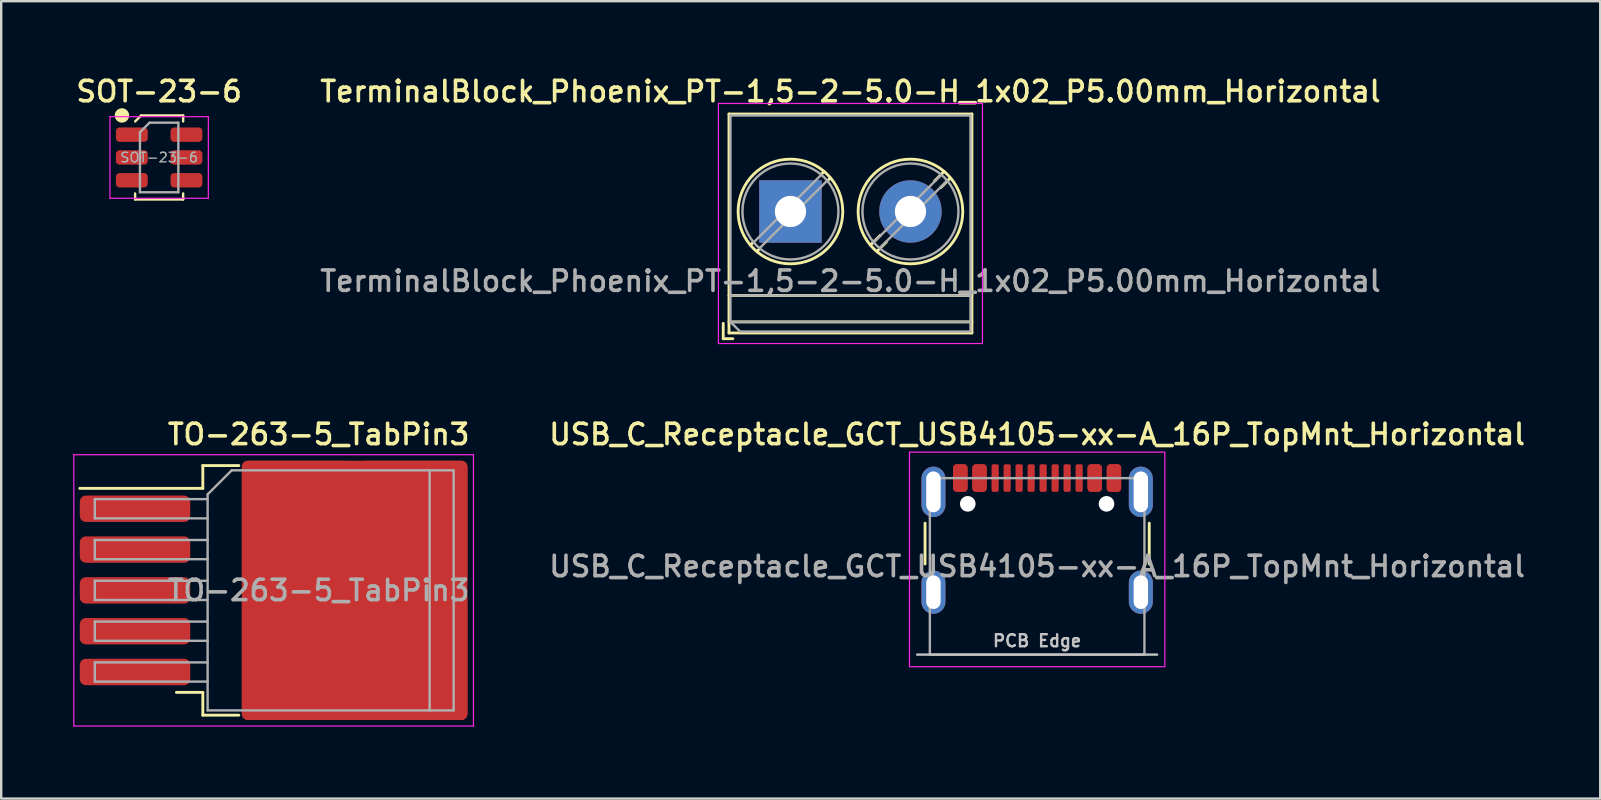
<source format=kicad_pcb>
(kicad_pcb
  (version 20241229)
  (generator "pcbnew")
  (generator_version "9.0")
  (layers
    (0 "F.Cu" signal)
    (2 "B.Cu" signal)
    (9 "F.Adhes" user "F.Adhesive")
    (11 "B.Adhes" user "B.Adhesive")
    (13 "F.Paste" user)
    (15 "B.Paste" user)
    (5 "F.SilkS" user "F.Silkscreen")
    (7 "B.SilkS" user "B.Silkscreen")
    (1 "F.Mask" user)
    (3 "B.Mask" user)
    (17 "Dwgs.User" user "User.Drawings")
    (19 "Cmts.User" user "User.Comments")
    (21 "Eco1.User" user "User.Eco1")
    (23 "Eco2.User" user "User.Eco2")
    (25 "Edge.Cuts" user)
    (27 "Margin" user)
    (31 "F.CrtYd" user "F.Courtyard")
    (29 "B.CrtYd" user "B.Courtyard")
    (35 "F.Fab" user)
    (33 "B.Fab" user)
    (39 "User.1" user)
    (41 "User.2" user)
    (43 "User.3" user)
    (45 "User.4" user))
  (footprint "TO-263-5_TabPin3"
    (layer "F.Cu")
    (at 10.225 21.546)
    (property "Reference" "TO-263-5_TabPin3" (at 0 -6.5 0) (layer "F.SilkS") (effects (font (size 0.85 0.85) (thickness 0.15))))
    (attr smd)
    (fp_line (start -4.825 -5.2) (end -4.825 -4.25) (stroke (width 0.12) (type solid)) (layer "F.SilkS"))
    (fp_line (start -4.825 -4.25) (end -9.95 -4.25) (stroke (width 0.12) (type solid)) (layer "F.SilkS"))
    (fp_line (start -4.825 4.25) (end -5.925 4.25) (stroke (width 0.12) (type solid)) (layer "F.SilkS"))
    (fp_line (start -4.825 5.2) (end -4.825 4.25) (stroke (width 0.12) (type solid)) (layer "F.SilkS"))
    (fp_line (start -3.325 -5.2) (end -4.825 -5.2) (stroke (width 0.12) (type solid)) (layer "F.SilkS"))
    (fp_line (start -3.325 5.2) (end -4.825 5.2) (stroke (width 0.12) (type solid)) (layer "F.SilkS"))
    (fp_line (start -10.2 -5.65) (end -10.2 5.65) (stroke (width 0.05) (type solid)) (layer "F.CrtYd"))
    (fp_line (start -10.2 5.65) (end 6.45 5.65) (stroke (width 0.05) (type solid)) (layer "F.CrtYd"))
    (fp_line (start 6.45 -5.65) (end -10.2 -5.65) (stroke (width 0.05) (type solid)) (layer "F.CrtYd"))
    (fp_line (start 6.45 5.65) (end 6.45 -5.65) (stroke (width 0.05) (type solid)) (layer "F.CrtYd"))
    (fp_line (start -9.325 -3.8) (end -9.325 -3) (stroke (width 0.1) (type solid)) (layer "F.Fab"))
    (fp_line (start -9.325 -3) (end -4.625 -3) (stroke (width 0.1) (type solid)) (layer "F.Fab"))
    (fp_line (start -9.325 -2.1) (end -9.325 -1.3) (stroke (width 0.1) (type solid)) (layer "F.Fab"))
    (fp_line (start -9.325 -1.3) (end -4.625 -1.3) (stroke (width 0.1) (type solid)) (layer "F.Fab"))
    (fp_line (start -9.325 -0.4) (end -9.325 0.4) (stroke (width 0.1) (type solid)) (layer "F.Fab"))
    (fp_line (start -9.325 0.4) (end -4.625 0.4) (stroke (width 0.1) (type solid)) (layer "F.Fab"))
    (fp_line (start -9.325 1.3) (end -9.325 2.1) (stroke (width 0.1) (type solid)) (layer "F.Fab"))
    (fp_line (start -9.325 2.1) (end -4.625 2.1) (stroke (width 0.1) (type solid)) (layer "F.Fab"))
    (fp_line (start -9.325 3) (end -9.325 3.8) (stroke (width 0.1) (type solid)) (layer "F.Fab"))
    (fp_line (start -9.325 3.8) (end -4.625 3.8) (stroke (width 0.1) (type solid)) (layer "F.Fab"))
    (fp_line (start -4.625 -4) (end -3.625 -5) (stroke (width 0.1) (type solid)) (layer "F.Fab"))
    (fp_line (start -4.625 -3.8) (end -9.325 -3.8) (stroke (width 0.1) (type solid)) (layer "F.Fab"))
    (fp_line (start -4.625 -2.1) (end -9.325 -2.1) (stroke (width 0.1) (type solid)) (layer "F.Fab"))
    (fp_line (start -4.625 -0.4) (end -9.325 -0.4) (stroke (width 0.1) (type solid)) (layer "F.Fab"))
    (fp_line (start -4.625 1.3) (end -9.325 1.3) (stroke (width 0.1) (type solid)) (layer "F.Fab"))
    (fp_line (start -4.625 3) (end -9.325 3) (stroke (width 0.1) (type solid)) (layer "F.Fab"))
    (fp_line (start -4.625 5) (end -4.625 -4) (stroke (width 0.1) (type solid)) (layer "F.Fab"))
    (fp_line (start -3.625 -5) (end 4.625 -5) (stroke (width 0.1) (type solid)) (layer "F.Fab"))
    (fp_line (start 4.625 -5) (end 4.625 5) (stroke (width 0.1) (type solid)) (layer "F.Fab"))
    (fp_line (start 4.625 -5) (end 5.625 -5) (stroke (width 0.1) (type solid)) (layer "F.Fab"))
    (fp_line (start 4.625 5) (end -4.625 5) (stroke (width 0.1) (type solid)) (layer "F.Fab"))
    (fp_line (start 5.625 -5) (end 5.625 5) (stroke (width 0.1) (type solid)) (layer "F.Fab"))
    (fp_line (start 5.625 5) (end 4.625 5) (stroke (width 0.1) (type solid)) (layer "F.Fab"))
    (fp_text user "${REFERENCE}" (at 0 0 0) (layer "F.Fab") (effects (font (size 0.85 0.85) (thickness 0.15))))
    (pad "1" smd roundrect (at -7.65 -3.4) (size 4.6 1.1) (layers "F.Cu" "F.Mask" "F.Paste") (roundrect_rratio 0.227))
    (pad "2" smd roundrect (at -7.65 -1.7) (size 4.6 1.1) (layers "F.Cu" "F.Mask" "F.Paste") (roundrect_rratio 0.227))
    (pad "3" smd roundrect (at -7.65 0) (size 4.6 1.1) (layers "F.Cu" "F.Mask" "F.Paste") (roundrect_rratio 0.227))
    (pad "3" smd roundrect (at -0.925 -2.775) (size 4.55 5.25) (layers "F.Cu" "F.Paste") (roundrect_rratio 0.055))
    (pad "3" smd roundrect (at -0.925 2.775) (size 4.55 5.25) (layers "F.Cu" "F.Paste") (roundrect_rratio 0.055))
    (pad "3" smd roundrect (at 1.5 0) (size 9.4 10.8) (layers "F.Cu" "F.Mask") (roundrect_rratio 0.027))
    (pad "3" smd roundrect (at 3.925 -2.775) (size 4.55 5.25) (layers "F.Cu" "F.Paste") (roundrect_rratio 0.055))
    (pad "3" smd roundrect (at 3.925 2.775) (size 4.55 5.25) (layers "F.Cu" "F.Paste") (roundrect_rratio 0.055))
    (pad "4" smd roundrect (at -7.65 1.7) (size 4.6 1.1) (layers "F.Cu" "F.Mask" "F.Paste") (roundrect_rratio 0.227))
    (pad "5" smd roundrect (at -7.65 3.4) (size 4.6 1.1) (layers "F.Cu" "F.Mask" "F.Paste") (roundrect_rratio 0.227)))
  (footprint "TerminalBlock_Phoenix_PT-1,5-2-5.0-H_1x02_P5.00mm_Horizontal"
    (layer "F.Cu")
    (at 32.381 5.761)
    (property "Reference" "TerminalBlock_Phoenix_PT-1,5-2-5.0-H_1x02_P5.00mm_Horizontal" (at 0 -5 0) (layer "F.SilkS") (effects (font (size 0.85 0.85) (thickness 0.15))))
    (attr through_hole)
    (fp_line (start -5.3 4.66) (end -5.3 5.3) (stroke (width 0.12) (type solid)) (layer "F.SilkS"))
    (fp_line (start -5.3 5.3) (end -4.9 5.3) (stroke (width 0.12) (type solid)) (layer "F.SilkS"))
    (fp_line (start -5.06 -4.06) (end -5.06 5.06) (stroke (width 0.12) (type solid)) (layer "F.SilkS"))
    (fp_line (start -5.06 -4.06) (end 5.06 -4.06) (stroke (width 0.12) (type solid)) (layer "F.SilkS"))
    (fp_line (start -5.06 3.5) (end 5.06 3.5) (stroke (width 0.12) (type solid)) (layer "F.SilkS"))
    (fp_line (start -5.06 4.6) (end 5.06 4.6) (stroke (width 0.12) (type solid)) (layer "F.SilkS"))
    (fp_line (start -5.06 5.06) (end 5.06 5.06) (stroke (width 0.12) (type solid)) (layer "F.SilkS"))
    (fp_line (start -4.048 1.281) (end -4.154 1.388) (stroke (width 0.12) (type solid)) (layer "F.SilkS"))
    (fp_line (start -3.782 1.547) (end -3.888 1.654) (stroke (width 0.12) (type solid)) (layer "F.SilkS"))
    (fp_line (start -1.112 -1.654) (end -1.219 -1.547) (stroke (width 0.12) (type solid)) (layer "F.SilkS"))
    (fp_line (start -0.846 -1.388) (end -0.953 -1.281) (stroke (width 0.12) (type solid)) (layer "F.SilkS"))
    (fp_line (start 1.242 0.992) (end 0.847 1.388) (stroke (width 0.12) (type solid)) (layer "F.SilkS"))
    (fp_line (start 1.493 1.274) (end 1.113 1.654) (stroke (width 0.12) (type solid)) (layer "F.SilkS"))
    (fp_line (start 3.888 -1.654) (end 3.508 -1.274) (stroke (width 0.12) (type solid)) (layer "F.SilkS"))
    (fp_line (start 4.154 -1.388) (end 3.759 -0.992) (stroke (width 0.12) (type solid)) (layer "F.SilkS"))
    (fp_line (start 5.06 -4.06) (end 5.06 5.06) (stroke (width 0.12) (type solid)) (layer "F.SilkS"))
    (fp_circle (center -2.5 0) (end -0.32 0) (stroke (width 0.12) (type solid)) (fill no) (layer "F.SilkS"))
    (fp_circle (center 2.5 0) (end 4.68 0) (stroke (width 0.12) (type solid)) (fill no) (layer "F.SilkS"))
    (fp_line (start -5.5 -4.5) (end -5.5 5.5) (stroke (width 0.05) (type solid)) (layer "F.CrtYd"))
    (fp_line (start -5.5 5.5) (end 5.5 5.5) (stroke (width 0.05) (type solid)) (layer "F.CrtYd"))
    (fp_line (start 5.5 -4.5) (end -5.5 -4.5) (stroke (width 0.05) (type solid)) (layer "F.CrtYd"))
    (fp_line (start 5.5 5.5) (end 5.5 -4.5) (stroke (width 0.05) (type solid)) (layer "F.CrtYd"))
    (fp_line (start -5 -4) (end 5 -4) (stroke (width 0.1) (type solid)) (layer "F.Fab"))
    (fp_line (start -5 3.5) (end 5 3.5) (stroke (width 0.1) (type solid)) (layer "F.Fab"))
    (fp_line (start -5 4.6) (end -5 -4) (stroke (width 0.1) (type solid)) (layer "F.Fab"))
    (fp_line (start -5 4.6) (end 5 4.6) (stroke (width 0.1) (type solid)) (layer "F.Fab"))
    (fp_line (start -4.6 5) (end -5 4.6) (stroke (width 0.1) (type solid)) (layer "F.Fab"))
    (fp_line (start -1.227 -1.517) (end -4.017 1.273) (stroke (width 0.1) (type solid)) (layer "F.Fab"))
    (fp_line (start -0.983 -1.273) (end -3.773 1.517) (stroke (width 0.1) (type solid)) (layer "F.Fab"))
    (fp_line (start 3.773 -1.517) (end 0.984 1.273) (stroke (width 0.1) (type solid)) (layer "F.Fab"))
    (fp_line (start 4.017 -1.273) (end 1.228 1.517) (stroke (width 0.1) (type solid)) (layer "F.Fab"))
    (fp_line (start 5 -4) (end 5 5) (stroke (width 0.1) (type solid)) (layer "F.Fab"))
    (fp_line (start 5 5) (end -4.6 5) (stroke (width 0.1) (type solid)) (layer "F.Fab"))
    (fp_circle (center -2.5 0) (end -0.5 0) (stroke (width 0.1) (type solid)) (fill no) (layer "F.Fab"))
    (fp_circle (center 2.5 0) (end 4.5 0) (stroke (width 0.1) (type solid)) (fill no) (layer "F.Fab"))
    (fp_text user "${REFERENCE}" (at 0 2.9 0) (layer "F.Fab") (effects (font (size 0.85 0.85) (thickness 0.15))))
    (pad "1" thru_hole rect (at -2.5 0) (size 2.6 2.6) (drill 1.3) (layers "*.Cu" "*.Mask"))
    (pad "2" thru_hole circle (at 2.5 0) (size 2.6 2.6) (drill 1.3) (layers "*.Cu" "*.Mask")))
  (footprint "SOT-23-6"
    (layer "F.Cu")
    (at 3.58 3.51)
    (property "Reference" "SOT-23-6" (at 0 -2.75 0) (layer "F.SilkS") (effects (font (size 0.85 0.85) (thickness 0.15))))
    (attr smd)
    (fp_line (start -1 -1.5) (end -0.75 -1.75) (stroke (width 0.1) (type default)) (layer "F.SilkS"))
    (fp_line (start -1 1.75) (end -1 1.5) (stroke (width 0.1) (type default)) (layer "F.SilkS"))
    (fp_line (start -0.75 -1.75) (end 1 -1.75) (stroke (width 0.1) (type default)) (layer "F.SilkS"))
    (fp_line (start 1 -1.75) (end 1 -1.5) (stroke (width 0.1) (type default)) (layer "F.SilkS"))
    (fp_line (start 1 1.5) (end 1 1.75) (stroke (width 0.1) (type default)) (layer "F.SilkS"))
    (fp_line (start 1 1.75) (end -1 1.75) (stroke (width 0.1) (type default)) (layer "F.SilkS"))
    (fp_circle (center -1.55 -1.75) (end -1.25 -1.75) (stroke (width 0) (type solid)) (fill yes) (layer "F.SilkS"))
    (fp_line (start -2.05 -1.7) (end -2.05 1.7) (stroke (width 0.05) (type solid)) (layer "F.CrtYd"))
    (fp_line (start -2.05 1.7) (end 2.05 1.7) (stroke (width 0.05) (type solid)) (layer "F.CrtYd"))
    (fp_line (start 2.05 -1.7) (end -2.05 -1.7) (stroke (width 0.05) (type solid)) (layer "F.CrtYd"))
    (fp_line (start 2.05 1.7) (end 2.05 -1.7) (stroke (width 0.05) (type solid)) (layer "F.CrtYd"))
    (fp_line (start -0.8 -1.05) (end -0.4 -1.45) (stroke (width 0.1) (type solid)) (layer "F.Fab"))
    (fp_line (start -0.8 1.45) (end -0.8 -1.05) (stroke (width 0.1) (type solid)) (layer "F.Fab"))
    (fp_line (start -0.4 -1.45) (end 0.8 -1.45) (stroke (width 0.1) (type solid)) (layer "F.Fab"))
    (fp_line (start 0.8 -1.45) (end 0.8 1.45) (stroke (width 0.1) (type solid)) (layer "F.Fab"))
    (fp_line (start 0.8 1.45) (end -0.8 1.45) (stroke (width 0.1) (type solid)) (layer "F.Fab"))
    (fp_text user "${REFERENCE}" (at 0 0 0) (layer "F.Fab") (effects (font (size 0.4 0.4) (thickness 0.06))))
    (pad "1" smd roundrect (at -1.137 -0.95) (size 1.325 0.6) (layers "F.Cu" "F.Mask" "F.Paste") (roundrect_rratio 0.25))
    (pad "2" smd roundrect (at -1.137 0) (size 1.325 0.6) (layers "F.Cu" "F.Mask" "F.Paste") (roundrect_rratio 0.25))
    (pad "3" smd roundrect (at -1.137 0.95) (size 1.325 0.6) (layers "F.Cu" "F.Mask" "F.Paste") (roundrect_rratio 0.25))
    (pad "4" smd roundrect (at 1.137 0.95) (size 1.325 0.6) (layers "F.Cu" "F.Mask" "F.Paste") (roundrect_rratio 0.25))
    (pad "5" smd roundrect (at 1.137 0) (size 1.325 0.6) (layers "F.Cu" "F.Mask" "F.Paste") (roundrect_rratio 0.25))
    (pad "6" smd roundrect (at 1.137 -0.95) (size 1.325 0.6) (layers "F.Cu" "F.Mask" "F.Paste") (roundrect_rratio 0.25)))
  (footprint "USB_C_Receptacle_GCT_USB4105-xx-A_16P_TopMnt_Horizontal"
    (layer "F.Cu")
    (at 40.159 24.221)
    (property "Reference" "USB_C_Receptacle_GCT_USB4105-xx-A_16P_TopMnt_Horizontal" (at 0 -9.175 0) (unlocked yes) (layer "F.SilkS") (effects (font (size 0.85 0.85) (thickness 0.15))))
    (attr smd)
    (fp_line (start -4.67 -3.775) (end -4.67 -5.475) (stroke (width 0.12) (type solid)) (layer "F.SilkS"))
    (fp_line (start 4.67 -3.775) (end 4.67 -5.475) (stroke (width 0.12) (type solid)) (layer "F.SilkS"))
    (fp_line (start 5 0) (end -5 0) (stroke (width 0.1) (type solid)) (layer "Dwgs.User"))
    (fp_rect (start -5.32 -8.435) (end 5.32 0.505) (stroke (width 0.05) (type solid)) (fill no) (layer "F.CrtYd"))
    (fp_rect (start -4.47 -7.35) (end 4.47 0) (stroke (width 0.1) (type solid)) (fill no) (layer "F.Fab"))
    (fp_text user "PCB Edge" (at 0 -0.575 0) (unlocked yes) (layer "Dwgs.User") (effects (font (size 0.5 0.5) (thickness 0.1))))
    (fp_text user "${REFERENCE}" (at 0 -3.675 0) (unlocked yes) (layer "F.Fab") (effects (font (size 0.85 0.85) (thickness 0.15))))
    (pad "" np_thru_hole circle (at -2.89 -6.28) (size 0.65 0.65) (drill 0.65) (layers "*.Cu" "*.Mask"))
    (pad "" np_thru_hole circle (at 2.89 -6.28) (size 0.65 0.65) (drill 0.65) (layers "*.Cu" "*.Mask"))
    (pad "A1" smd roundrect (at -3.2 -7.355) (size 0.6 1.15) (layers "F.Cu" "F.Mask" "F.Paste") (roundrect_rratio 0.25))
    (pad "A4" smd roundrect (at -2.4 -7.355) (size 0.6 1.15) (layers "F.Cu" "F.Mask" "F.Paste") (roundrect_rratio 0.25))
    (pad "A5" smd roundrect (at -1.25 -7.355) (size 0.3 1.15) (layers "F.Cu" "F.Mask" "F.Paste") (roundrect_rratio 0.25))
    (pad "A6" smd roundrect (at -0.25 -7.355) (size 0.3 1.15) (layers "F.Cu" "F.Mask" "F.Paste") (roundrect_rratio 0.25))
    (pad "A7" smd roundrect (at 0.25 -7.355) (size 0.3 1.15) (layers "F.Cu" "F.Mask" "F.Paste") (roundrect_rratio 0.25))
    (pad "A8" smd roundrect (at 1.25 -7.355) (size 0.3 1.15) (layers "F.Cu" "F.Mask" "F.Paste") (roundrect_rratio 0.25))
    (pad "A9" smd roundrect (at 2.4 -7.355) (size 0.6 1.15) (layers "F.Cu" "F.Mask" "F.Paste") (roundrect_rratio 0.25))
    (pad "A12" smd roundrect (at 3.2 -7.355) (size 0.6 1.15) (layers "F.Cu" "F.Mask" "F.Paste") (roundrect_rratio 0.25))
    (pad "B1" smd roundrect (at 3.2 -7.355) (size 0.6 1.15) (layers "F.Cu" "F.Mask" "F.Paste") (roundrect_rratio 0.25))
    (pad "B4" smd roundrect (at 2.4 -7.355) (size 0.6 1.15) (layers "F.Cu" "F.Mask" "F.Paste") (roundrect_rratio 0.25))
    (pad "B5" smd roundrect (at 1.75 -7.355) (size 0.3 1.15) (layers "F.Cu" "F.Mask" "F.Paste") (roundrect_rratio 0.25))
    (pad "B6" smd roundrect (at 0.75 -7.355) (size 0.3 1.15) (layers "F.Cu" "F.Mask" "F.Paste") (roundrect_rratio 0.25))
    (pad "B7" smd roundrect (at -0.75 -7.355) (size 0.3 1.15) (layers "F.Cu" "F.Mask" "F.Paste") (roundrect_rratio 0.25))
    (pad "B8" smd roundrect (at -1.75 -7.355) (size 0.3 1.15) (layers "F.Cu" "F.Mask" "F.Paste") (roundrect_rratio 0.25))
    (pad "B9" smd roundrect (at -2.4 -7.355) (size 0.6 1.15) (layers "F.Cu" "F.Mask" "F.Paste") (roundrect_rratio 0.25))
    (pad "B12" smd roundrect (at -3.2 -7.355) (size 0.6 1.15) (layers "F.Cu" "F.Mask" "F.Paste") (roundrect_rratio 0.25))
    (pad "S1" thru_hole oval (at -4.32 -6.78) (size 1 2.1) (drill oval 0.6 1.7) (layers "*.Cu" "*.Mask" "F.Paste"))
    (pad "S1" thru_hole oval (at -4.32 -2.6) (size 1 1.8) (drill oval 0.6 1.4) (layers "*.Cu" "*.Mask" "F.Paste"))
    (pad "S1" thru_hole oval (at 4.32 -6.78) (size 1 2.1) (drill oval 0.6 1.7) (layers "*.Cu" "*.Mask" "F.Paste"))
    (pad "S1" thru_hole oval (at 4.32 -2.6) (size 1 1.8) (drill oval 0.6 1.4) (layers "*.Cu" "*.Mask" "F.Paste")))
  (gr_rect
    (start -3 -3)
    (end 63.618 30.221)
    (stroke (width 0.1) (type default))
    (fill no)
    (layer "Edge.Cuts")))
</source>
